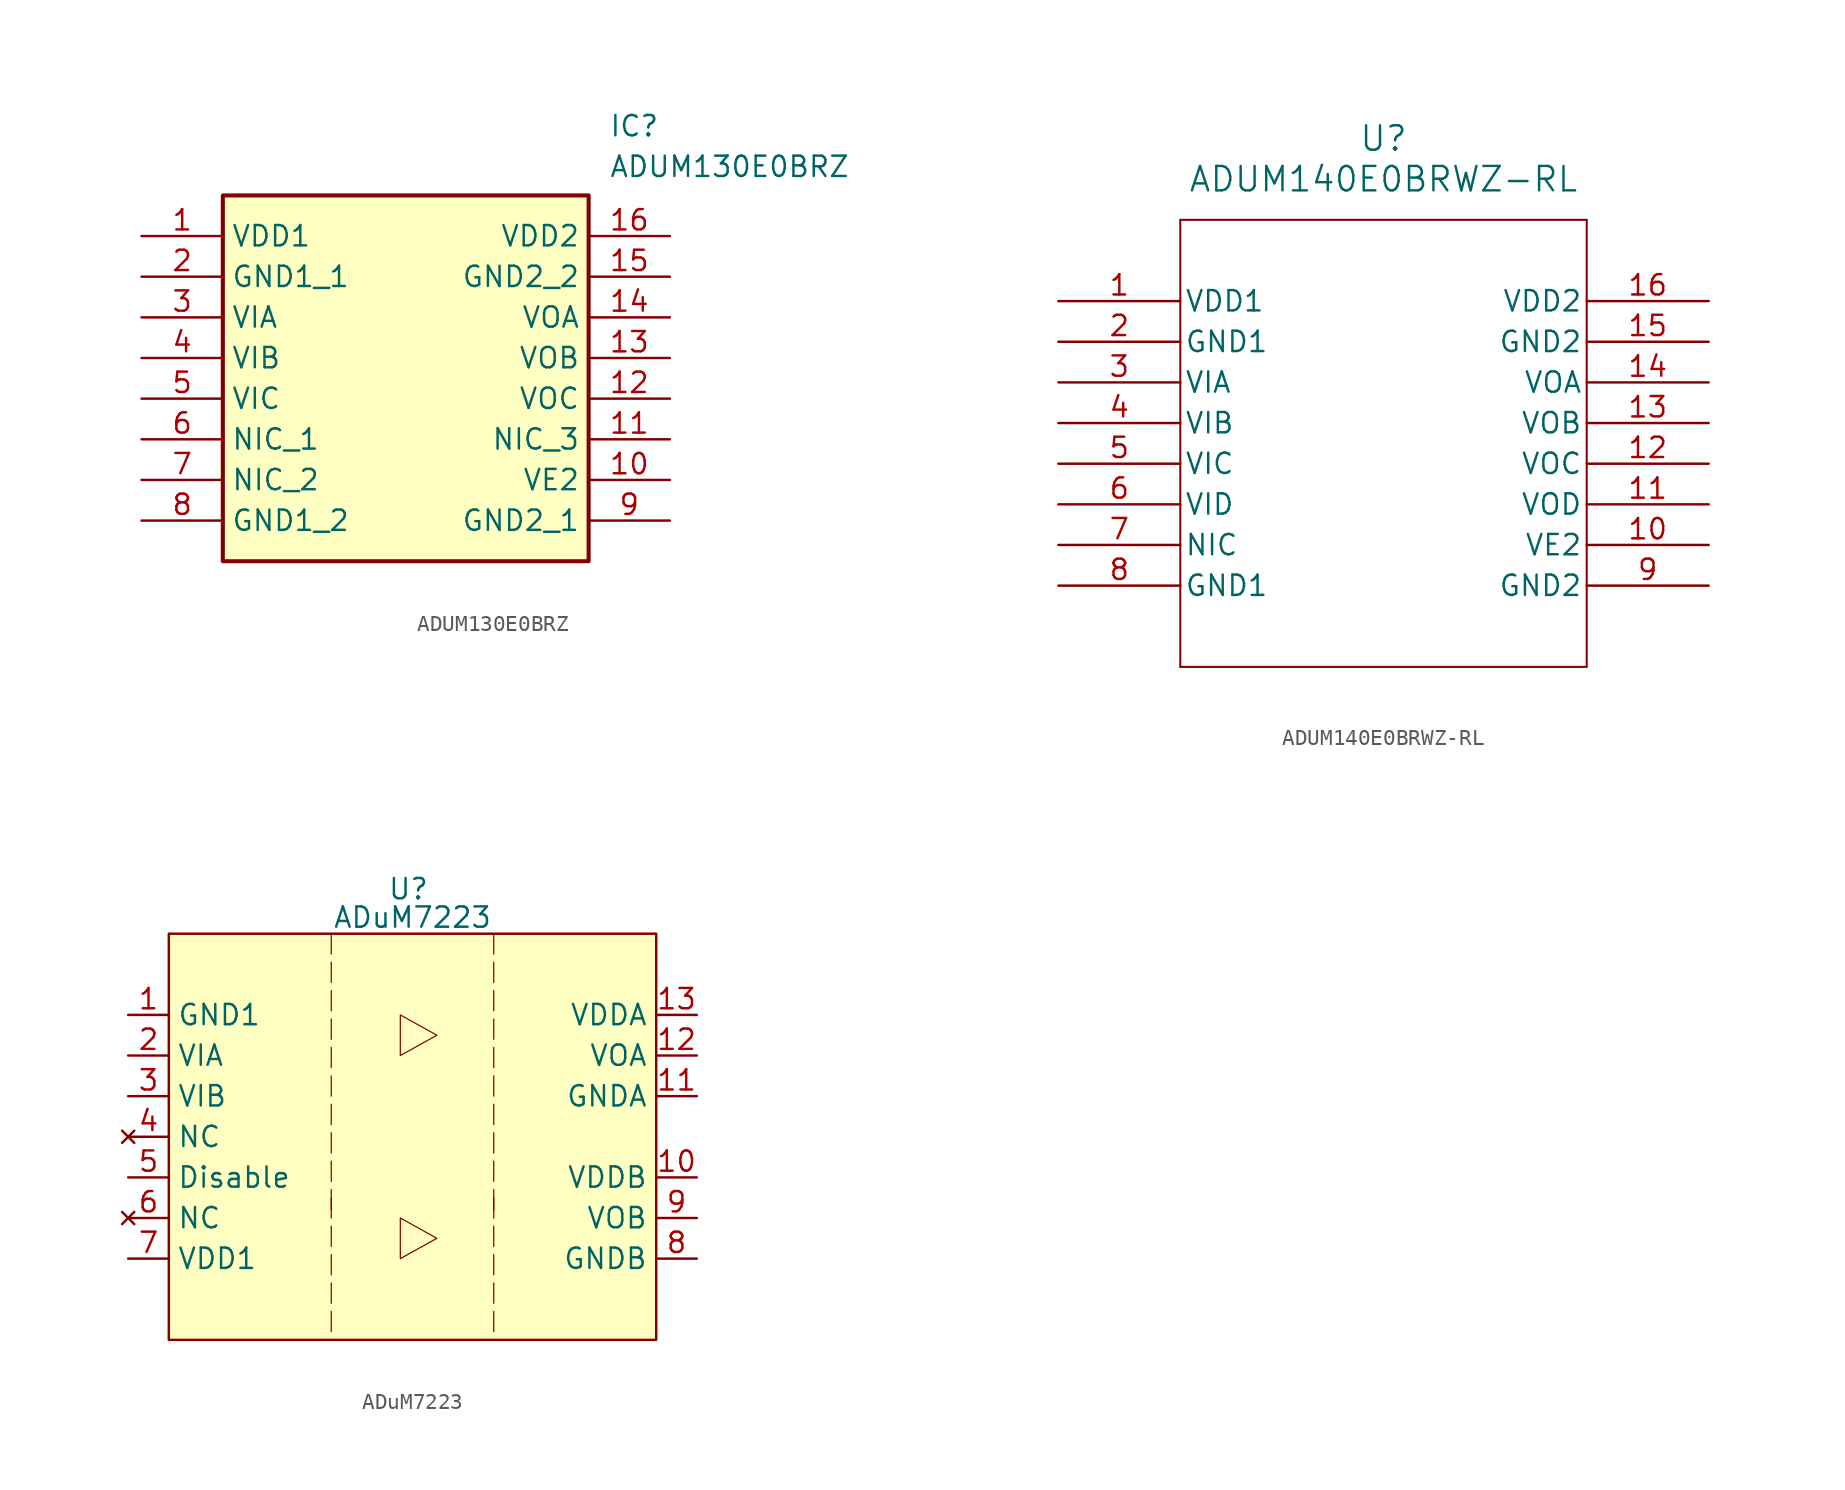
<source format=kicad_sym>
(kicad_symbol_lib
  (version 20231120)
  (generator "kicad_symbol_editor")
  (generator_version "8.0")
  (symbol "ADUM130E0BRZ"
    (property "Reference" "IC"
      (at 29.21 7.62 0)
      (effects (font (size 1.27 1.27)) (justify left top)))
    (property "Value" "ADUM130E0BRZ"
      (at 29.21 5.08 0)
      (effects (font (size 1.27 1.27)) (justify left top)))
    (symbol "ADUM130E0BRZ_1_1"
      (rectangle (start 5.08 2.54) (end 27.94 -20.32) (stroke (width 0.254) (type default)) (fill (type background)))
      (pin power_in line (at 0 0 0) (length 5.08) (name "VDD1" (effects (font (size 1.27 1.27)))) (number "1" (effects (font (size 1.27 1.27)))))
      (pin passive line (at 33.02 -15.24 180) (length 5.08) (name "VE2" (effects (font (size 1.27 1.27)))) (number "10" (effects (font (size 1.27 1.27)))))
      (pin passive line (at 33.02 -12.7 180) (length 5.08) (name "NIC_3" (effects (font (size 1.27 1.27)))) (number "11" (effects (font (size 1.27 1.27)))))
      (pin passive line (at 33.02 -10.16 180) (length 5.08) (name "VOC" (effects (font (size 1.27 1.27)))) (number "12" (effects (font (size 1.27 1.27)))))
      (pin passive line (at 33.02 -7.62 180) (length 5.08) (name "VOB" (effects (font (size 1.27 1.27)))) (number "13" (effects (font (size 1.27 1.27)))))
      (pin passive line (at 33.02 -5.08 180) (length 5.08) (name "VOA" (effects (font (size 1.27 1.27)))) (number "14" (effects (font (size 1.27 1.27)))))
      (pin power_in line (at 33.02 -2.54 180) (length 5.08) (name "GND2_2" (effects (font (size 1.27 1.27)))) (number "15" (effects (font (size 1.27 1.27)))))
      (pin power_in line (at 33.02 0 180) (length 5.08) (name "VDD2" (effects (font (size 1.27 1.27)))) (number "16" (effects (font (size 1.27 1.27)))))
      (pin power_in line (at 0 -2.54 0) (length 5.08) (name "GND1_1" (effects (font (size 1.27 1.27)))) (number "2" (effects (font (size 1.27 1.27)))))
      (pin passive line (at 0 -5.08 0) (length 5.08) (name "VIA" (effects (font (size 1.27 1.27)))) (number "3" (effects (font (size 1.27 1.27)))))
      (pin passive line (at 0 -7.62 0) (length 5.08) (name "VIB" (effects (font (size 1.27 1.27)))) (number "4" (effects (font (size 1.27 1.27)))))
      (pin passive line (at 0 -10.16 0) (length 5.08) (name "VIC" (effects (font (size 1.27 1.27)))) (number "5" (effects (font (size 1.27 1.27)))))
      (pin passive line (at 0 -12.7 0) (length 5.08) (name "NIC_1" (effects (font (size 1.27 1.27)))) (number "6" (effects (font (size 1.27 1.27)))))
      (pin passive line (at 0 -15.24 0) (length 5.08) (name "NIC_2" (effects (font (size 1.27 1.27)))) (number "7" (effects (font (size 1.27 1.27)))))
      (pin power_in line (at 0 -17.78 0) (length 5.08) (name "GND1_2" (effects (font (size 1.27 1.27)))) (number "8" (effects (font (size 1.27 1.27)))))
      (pin power_in line (at 33.02 -17.78 180) (length 5.08) (name "GND2_1" (effects (font (size 1.27 1.27)))) (number "9" (effects (font (size 1.27 1.27)))))))
  (symbol "ADUM140E0BRWZ-RL"
    (pin_names
      (offset 0.254))
    (property "Reference" "U"
      (at 20.32 10.16 0)
      (effects (font (size 1.524 1.524))))
    (property "Value" "ADUM140E0BRWZ-RL"
      (at 20.32 7.62 0)
      (effects (font (size 1.524 1.524))))
    (property "ki_locked" ""
      (at 0 0 0)
      (effects (font (size 1.27 1.27))))
    (symbol "ADUM140E0BRWZ-RL_0_1"
      (polyline (pts (xy 7.62 -22.86) (xy 33.02 -22.86)) (stroke (width 0.127) (type default)) (fill (type none)))
      (polyline (pts (xy 7.62 5.08) (xy 7.62 -22.86)) (stroke (width 0.127) (type default)) (fill (type none)))
      (polyline (pts (xy 33.02 -22.86) (xy 33.02 5.08)) (stroke (width 0.127) (type default)) (fill (type none)))
      (polyline (pts (xy 33.02 5.08) (xy 7.62 5.08)) (stroke (width 0.127) (type default)) (fill (type none)))
      (pin unspecified line (at 40.64 -15.24 180) (length 7.62) (name "VE2" (effects (font (size 1.27 1.27)))) (number "10" (effects (font (size 1.27 1.27)))))
      (pin unspecified line (at 40.64 -12.7 180) (length 7.62) (name "VOD" (effects (font (size 1.27 1.27)))) (number "11" (effects (font (size 1.27 1.27)))))
      (pin unspecified line (at 40.64 -10.16 180) (length 7.62) (name "VOC" (effects (font (size 1.27 1.27)))) (number "12" (effects (font (size 1.27 1.27)))))
      (pin unspecified line (at 40.64 -7.62 180) (length 7.62) (name "VOB" (effects (font (size 1.27 1.27)))) (number "13" (effects (font (size 1.27 1.27)))))
      (pin unspecified line (at 40.64 -5.08 180) (length 7.62) (name "VOA" (effects (font (size 1.27 1.27)))) (number "14" (effects (font (size 1.27 1.27)))))
      (pin unspecified line (at 0 -5.08 0) (length 7.62) (name "VIA" (effects (font (size 1.27 1.27)))) (number "3" (effects (font (size 1.27 1.27)))))
      (pin unspecified line (at 0 -7.62 0) (length 7.62) (name "VIB" (effects (font (size 1.27 1.27)))) (number "4" (effects (font (size 1.27 1.27)))))
      (pin unspecified line (at 0 -10.16 0) (length 7.62) (name "VIC" (effects (font (size 1.27 1.27)))) (number "5" (effects (font (size 1.27 1.27)))))
      (pin unspecified line (at 0 -12.7 0) (length 7.62) (name "VID" (effects (font (size 1.27 1.27)))) (number "6" (effects (font (size 1.27 1.27)))))
      (pin unspecified line (at 0 -15.24 0) (length 7.62) (name "NIC" (effects (font (size 1.27 1.27)))) (number "7" (effects (font (size 1.27 1.27))))))
    (symbol "ADUM140E0BRWZ-RL_1_1"
      (pin power_in line (at 0 0 0) (length 7.62) (name "VDD1" (effects (font (size 1.27 1.27)))) (number "1" (effects (font (size 1.27 1.27)))))
      (pin power_in line (at 40.64 -2.54 180) (length 7.62) (name "GND2" (effects (font (size 1.27 1.27)))) (number "15" (effects (font (size 1.27 1.27)))))
      (pin power_in line (at 40.64 0 180) (length 7.62) (name "VDD2" (effects (font (size 1.27 1.27)))) (number "16" (effects (font (size 1.27 1.27)))))
      (pin power_in line (at 0 -2.54 0) (length 7.62) (name "GND1" (effects (font (size 1.27 1.27)))) (number "2" (effects (font (size 1.27 1.27)))))
      (pin power_in line (at 0 -17.78 0) (length 7.62) (name "GND1" (effects (font (size 1.27 1.27)))) (number "8" (effects (font (size 1.27 1.27)))))
      (pin power_in line (at 40.64 -17.78 180) (length 7.62) (name "GND2" (effects (font (size 1.27 1.27)))) (number "9" (effects (font (size 1.27 1.27)))))))
  (symbol "ADuM7223"
    (property "Reference" "U"
      (at 14.986 15.494 0)
      (effects (font (size 1.27 1.27))))
    (property "Value" "ADuM7223"
      (at 15.24 13.716 0)
      (effects (font (size 1.27 1.27))))
    (symbol "ADuM7223_0_1"
      (polyline (pts (xy 10.16 -10.922) (xy 10.16 -12.192)) (stroke (width 0.076) (type default)) (fill (type none)))
      (polyline (pts (xy 10.16 -9.144) (xy 10.16 -10.414)) (stroke (width 0.076) (type default)) (fill (type none)))
      (polyline (pts (xy 10.16 -7.366) (xy 10.16 -8.636)) (stroke (width 0.076) (type default)) (fill (type none)))
      (polyline (pts (xy 10.16 -5.588) (xy 10.16 -6.858)) (stroke (width 0.076) (type default)) (fill (type none)))
      (polyline (pts (xy 10.16 -3.81) (xy 10.16 -5.08)) (stroke (width 0.076) (type default)) (fill (type none)))
      (polyline (pts (xy 10.16 -3.302) (xy 10.16 -4.572)) (stroke (width 0.076) (type default)) (fill (type none)))
      (polyline (pts (xy 10.16 -1.524) (xy 10.16 -2.794)) (stroke (width 0.076) (type default)) (fill (type none)))
      (polyline (pts (xy 10.16 0.254) (xy 10.16 -1.016)) (stroke (width 0.076) (type default)) (fill (type none)))
      (polyline (pts (xy 10.16 2.032) (xy 10.16 0.762)) (stroke (width 0.076) (type default)) (fill (type none)))
      (polyline (pts (xy 10.16 3.81) (xy 10.16 2.54)) (stroke (width 0.076) (type default)) (fill (type none)))
      (polyline (pts (xy 10.16 5.588) (xy 10.16 4.318)) (stroke (width 0.076) (type default)) (fill (type none)))
      (polyline (pts (xy 10.16 7.366) (xy 10.16 6.096)) (stroke (width 0.076) (type default)) (fill (type none)))
      (polyline (pts (xy 10.16 9.144) (xy 10.16 7.874)) (stroke (width 0.076) (type default)) (fill (type none)))
      (polyline (pts (xy 10.16 10.922) (xy 10.16 9.652)) (stroke (width 0.076) (type default)) (fill (type none)))
      (polyline (pts (xy 10.16 12.7) (xy 10.16 11.43)) (stroke (width 0.076) (type default)) (fill (type none)))
      (polyline (pts (xy 20.32 -10.922) (xy 20.32 -12.192)) (stroke (width 0.076) (type default)) (fill (type none)))
      (polyline (pts (xy 20.32 -9.144) (xy 20.32 -10.414)) (stroke (width 0.076) (type default)) (fill (type none)))
      (polyline (pts (xy 20.32 -7.366) (xy 20.32 -8.636)) (stroke (width 0.076) (type default)) (fill (type none)))
      (polyline (pts (xy 20.32 -5.588) (xy 20.32 -6.858)) (stroke (width 0.076) (type default)) (fill (type none)))
      (polyline (pts (xy 20.32 -3.81) (xy 20.32 -5.08)) (stroke (width 0.076) (type default)) (fill (type none)))
      (polyline (pts (xy 20.32 -3.302) (xy 20.32 -4.572)) (stroke (width 0.076) (type default)) (fill (type none)))
      (polyline (pts (xy 20.32 -1.524) (xy 20.32 -2.794)) (stroke (width 0.076) (type default)) (fill (type none)))
      (polyline (pts (xy 20.32 0.254) (xy 20.32 -1.016)) (stroke (width 0.076) (type default)) (fill (type none)))
      (polyline (pts (xy 20.32 2.032) (xy 20.32 0.762)) (stroke (width 0.076) (type default)) (fill (type none)))
      (polyline (pts (xy 20.32 3.81) (xy 20.32 2.54)) (stroke (width 0.076) (type default)) (fill (type none)))
      (polyline (pts (xy 20.32 5.588) (xy 20.32 4.318)) (stroke (width 0.076) (type default)) (fill (type none)))
      (polyline (pts (xy 20.32 7.366) (xy 20.32 6.096)) (stroke (width 0.076) (type default)) (fill (type none)))
      (polyline (pts (xy 20.32 9.144) (xy 20.32 7.874)) (stroke (width 0.076) (type default)) (fill (type none)))
      (polyline (pts (xy 20.32 10.922) (xy 20.32 9.652)) (stroke (width 0.076) (type default)) (fill (type none)))
      (polyline (pts (xy 20.32 12.7) (xy 20.32 11.43)) (stroke (width 0.076) (type default)) (fill (type none)))
      (polyline (pts (xy 14.478 -5.08) (xy 14.478 -7.62) (xy 16.764 -6.35) (xy 14.478 -5.08)) (stroke (width 0.076) (type default)) (fill (type none)))
      (polyline (pts (xy 14.478 7.62) (xy 14.478 5.08) (xy 16.764 6.35) (xy 14.478 7.62)) (stroke (width 0.076) (type default)) (fill (type none)))
      (rectangle (start 0 12.7) (end 30.48 -12.7) (stroke (width 0) (type default)) (fill (type background))))
    (symbol "ADuM7223_1_1"
      (pin power_in line (at -2.54 7.62 0) (length 2.54) (name "GND1" (effects (font (size 1.27 1.27)))) (number "1" (effects (font (size 1.27 1.27)))))
      (pin input line (at 33.02 -2.54 180) (length 2.54) (name "VDDB" (effects (font (size 1.27 1.27)))) (number "10" (effects (font (size 1.27 1.27)))))
      (pin input line (at 33.02 2.54 180) (length 2.54) (name "GNDA" (effects (font (size 1.27 1.27)))) (number "11" (effects (font (size 1.27 1.27)))))
      (pin output line (at 33.02 5.08 180) (length 2.54) (name "VOA" (effects (font (size 1.27 1.27)))) (number "12" (effects (font (size 1.27 1.27)))))
      (pin input line (at 33.02 7.62 180) (length 2.54) (name "VDDA" (effects (font (size 1.27 1.27)))) (number "13" (effects (font (size 1.27 1.27)))))
      (pin input line (at -2.54 5.08 0) (length 2.54) (name "VIA" (effects (font (size 1.27 1.27)))) (number "2" (effects (font (size 1.27 1.27)))))
      (pin input line (at -2.54 2.54 0) (length 2.54) (name "VIB" (effects (font (size 1.27 1.27)))) (number "3" (effects (font (size 1.27 1.27)))))
      (pin no_connect line (at -2.54 0 0) (length 2.54) (name "NC" (effects (font (size 1.27 1.27)))) (number "4" (effects (font (size 1.27 1.27)))))
      (pin input line (at -2.54 -2.54 0) (length 2.54) (name "Disable" (effects (font (size 1.27 1.27)))) (number "5" (effects (font (size 1.27 1.27)))))
      (pin no_connect line (at -2.54 -5.08 0) (length 2.54) (name "NC" (effects (font (size 1.27 1.27)))) (number "6" (effects (font (size 1.27 1.27)))))
      (pin power_in line (at -2.54 -7.62 0) (length 2.54) (name "VDD1" (effects (font (size 1.27 1.27)))) (number "7" (effects (font (size 1.27 1.27)))))
      (pin input line (at 33.02 -7.62 180) (length 2.54) (name "GNDB" (effects (font (size 1.27 1.27)))) (number "8" (effects (font (size 1.27 1.27)))))
      (pin output line (at 33.02 -5.08 180) (length 2.54) (name "VOB" (effects (font (size 1.27 1.27)))) (number "9" (effects (font (size 1.27 1.27))))))))
</source>
